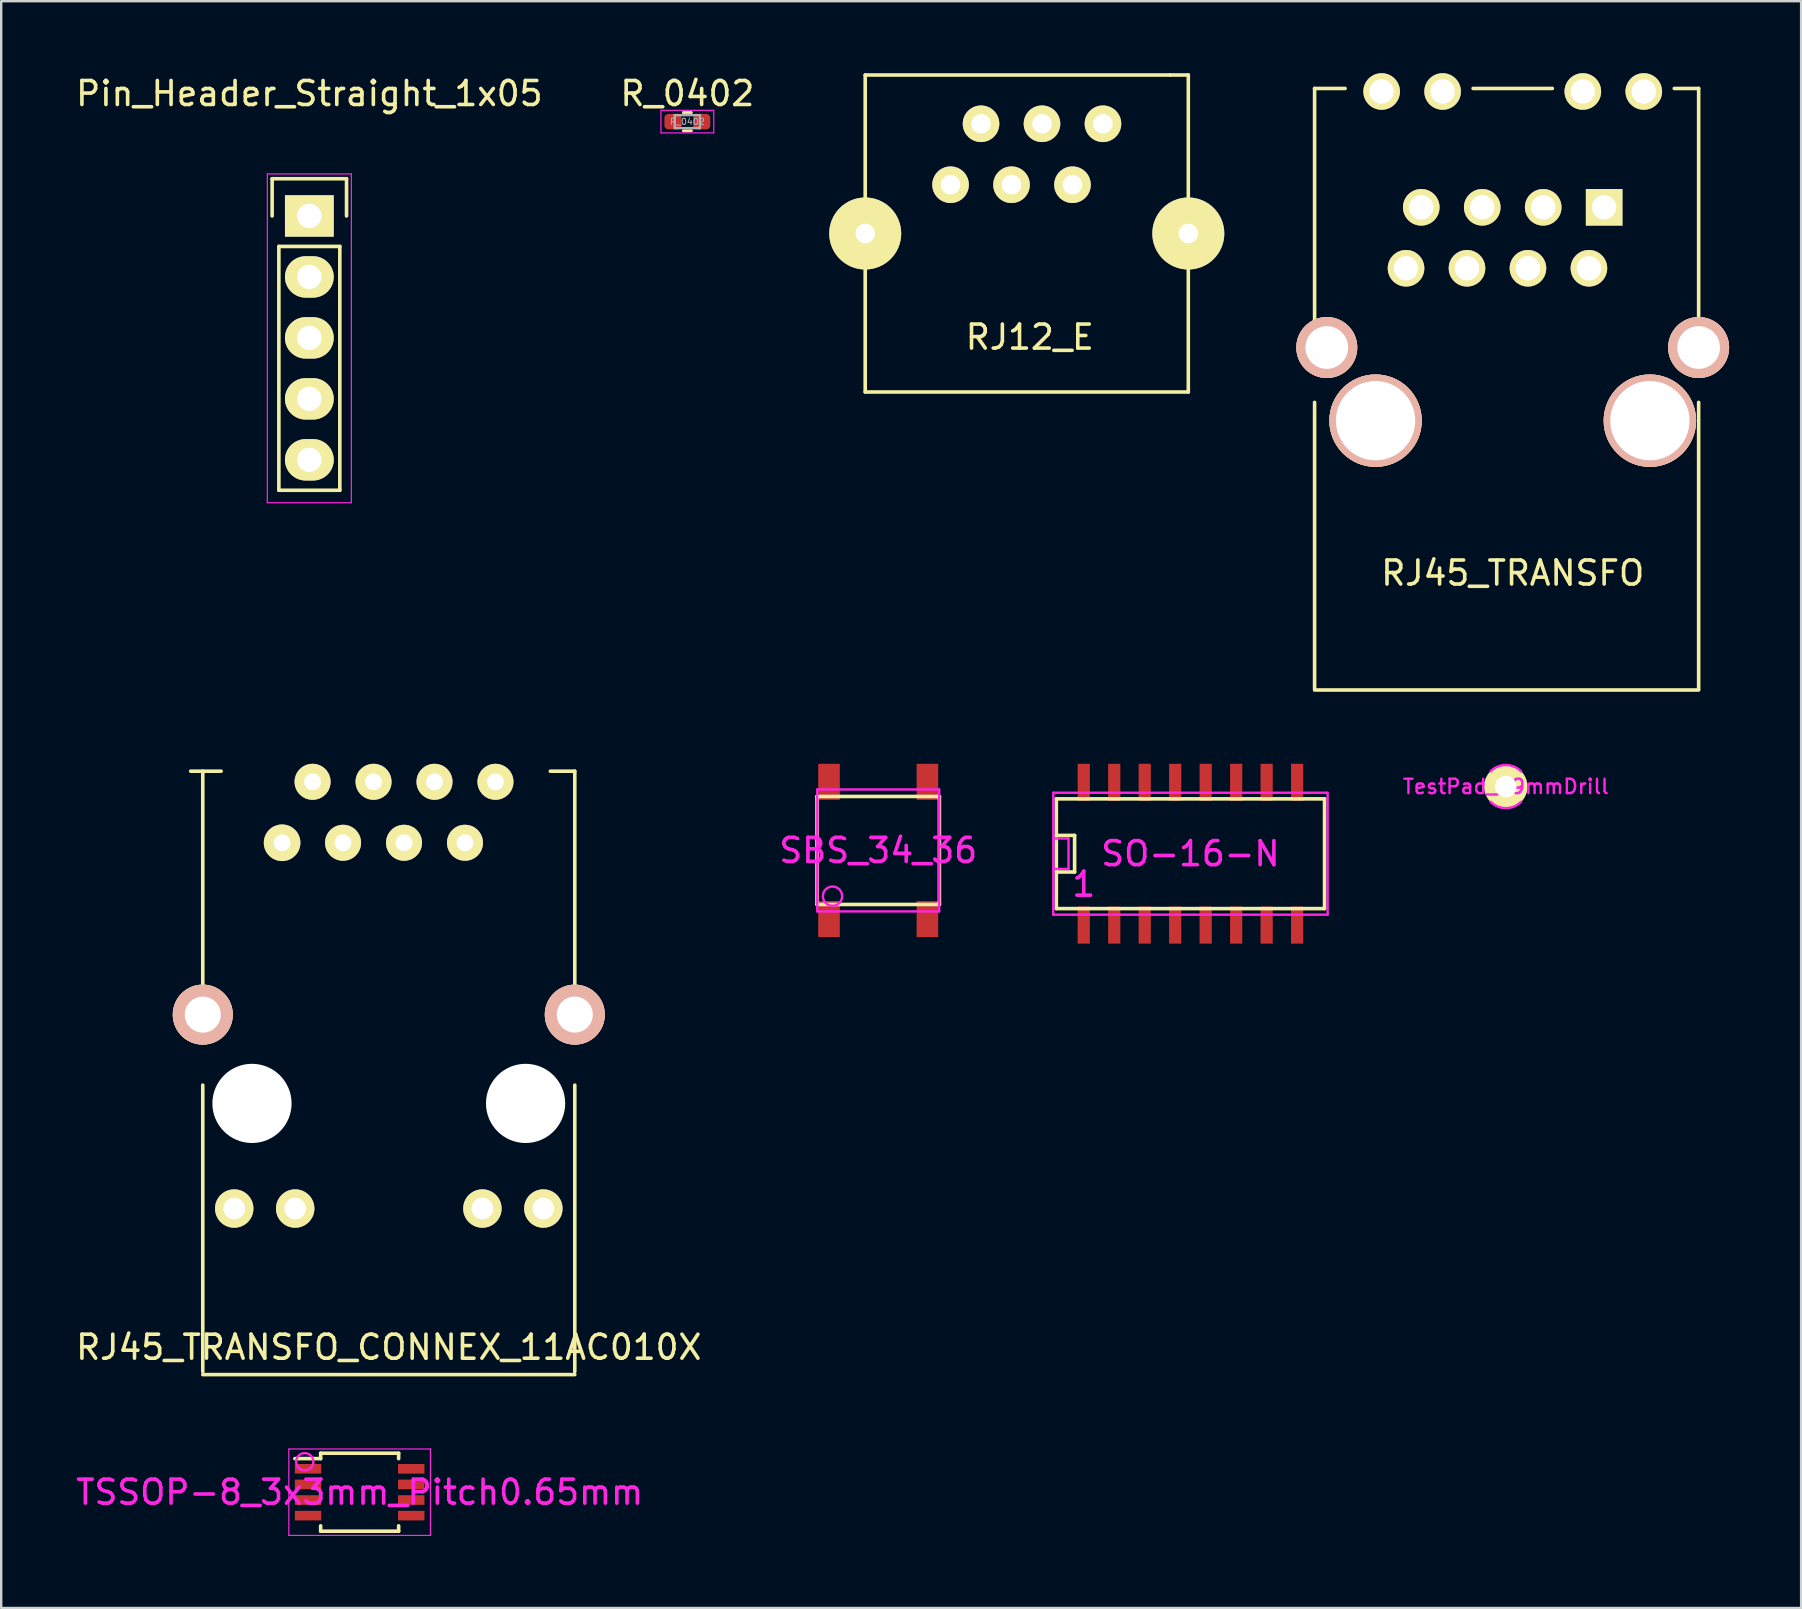
<source format=kicad_pcb>
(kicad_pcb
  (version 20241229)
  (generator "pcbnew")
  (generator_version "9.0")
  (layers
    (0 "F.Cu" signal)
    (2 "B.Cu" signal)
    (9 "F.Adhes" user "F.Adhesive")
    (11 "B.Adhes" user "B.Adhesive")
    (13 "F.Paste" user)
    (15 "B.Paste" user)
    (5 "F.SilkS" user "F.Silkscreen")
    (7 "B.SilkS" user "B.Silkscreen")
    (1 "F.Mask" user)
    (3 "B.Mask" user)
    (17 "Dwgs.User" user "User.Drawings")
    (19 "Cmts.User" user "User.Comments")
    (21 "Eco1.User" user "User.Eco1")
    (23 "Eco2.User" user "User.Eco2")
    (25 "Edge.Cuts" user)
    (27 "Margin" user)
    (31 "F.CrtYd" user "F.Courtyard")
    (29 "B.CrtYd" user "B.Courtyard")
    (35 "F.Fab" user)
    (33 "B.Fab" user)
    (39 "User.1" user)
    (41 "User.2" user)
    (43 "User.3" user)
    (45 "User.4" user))
  (footprint "RJ12_E"
    (layer "F.Cu")
    (at 39.858 10.997)
    (property "Reference" "RJ12_E" (at 0 0 0) (layer "F.SilkS") (effects (font (size 1 1) (thickness 0.15))))
    (attr through_hole)
    (fp_line (start -6.858 -10.922) (end -6.858 2.286) (stroke (width 0.15) (type solid)) (layer "F.SilkS"))
    (fp_line (start -6.858 -10.922) (end 5.842 -10.922) (stroke (width 0.15) (type solid)) (layer "F.SilkS"))
    (fp_line (start -6.858 2.286) (end 6.604 2.286) (stroke (width 0.15) (type solid)) (layer "F.SilkS"))
    (fp_line (start 5.842 -10.922) (end 6.604 -10.922) (stroke (width 0.15) (type solid)) (layer "F.SilkS"))
    (fp_line (start 6.604 -10.922) (end 6.604 2.286) (stroke (width 0.15) (type solid)) (layer "F.SilkS"))
    (pad "1" thru_hole circle (at -3.302 -6.35) (size 1.524 1.524) (drill 0.813) (layers "*.Cu" "*.Mask" "F.SilkS"))
    (pad "2" thru_hole circle (at -2.032 -8.89) (size 1.524 1.524) (drill 0.813) (layers "*.Cu" "*.Mask" "F.SilkS"))
    (pad "3" thru_hole circle (at -0.762 -6.35) (size 1.524 1.524) (drill 0.813) (layers "*.Cu" "*.Mask" "F.SilkS"))
    (pad "4" thru_hole circle (at 0.508 -8.89) (size 1.524 1.524) (drill 0.813) (layers "*.Cu" "*.Mask" "F.SilkS"))
    (pad "5" thru_hole circle (at 1.778 -6.35) (size 1.524 1.524) (drill 0.813) (layers "*.Cu" "*.Mask" "F.SilkS"))
    (pad "6" thru_hole circle (at 3.048 -8.89) (size 1.524 1.524) (drill 0.813) (layers "*.Cu" "*.Mask" "F.SilkS"))
    (pad "7" thru_hole circle (at -6.858 -4.318) (size 3 3) (drill 0.813) (layers "*.Cu" "*.Mask" "F.SilkS"))
    (pad "8" thru_hole circle (at 6.604 -4.318) (size 3 3) (drill 0.813) (layers "*.Cu" "*.Mask" "F.SilkS")))
  (footprint "TSSOP-8_3x3mm_Pitch0.65mm"
    (layer "F.Cu")
    (at 11.935 59.125)
    (property "Reference" "TSSOP-8_3x3mm_Pitch0.65mm" (at 0 0 0) (layer "F.CrtYd") (effects (font (size 1 1) (thickness 0.15))))
    (attr smd)
    (fp_line (start -1.625 -1.625) (end -1.625 -1.4) (stroke (width 0.15) (type solid)) (layer "F.SilkS"))
    (fp_line (start -1.625 -1.625) (end 1.625 -1.625) (stroke (width 0.15) (type solid)) (layer "F.SilkS"))
    (fp_line (start -1.625 -1.4) (end -2.7 -1.4) (stroke (width 0.15) (type solid)) (layer "F.SilkS"))
    (fp_line (start -1.625 1.625) (end -1.625 1.4) (stroke (width 0.15) (type solid)) (layer "F.SilkS"))
    (fp_line (start -1.625 1.625) (end 1.625 1.625) (stroke (width 0.15) (type solid)) (layer "F.SilkS"))
    (fp_line (start 1.625 -1.625) (end 1.625 -1.4) (stroke (width 0.15) (type solid)) (layer "F.SilkS"))
    (fp_line (start 1.625 1.625) (end 1.625 1.4) (stroke (width 0.15) (type solid)) (layer "F.SilkS"))
    (fp_line (start -2.95 -1.8) (end -2.95 1.8) (stroke (width 0.05) (type solid)) (layer "F.CrtYd"))
    (fp_line (start -2.95 -1.8) (end 2.95 -1.8) (stroke (width 0.05) (type solid)) (layer "F.CrtYd"))
    (fp_line (start -2.95 1.8) (end 2.95 1.8) (stroke (width 0.05) (type solid)) (layer "F.CrtYd"))
    (fp_line (start 2.95 -1.8) (end 2.95 1.8) (stroke (width 0.05) (type solid)) (layer "F.CrtYd"))
    (fp_circle (center -2.286 -1.27) (end -2.032 -1.016) (stroke (width 0.1) (type solid)) (fill no) (layer "F.CrtYd"))
    (pad "1" smd rect (at -2.15 -0.975) (size 1.1 0.4) (layers "F.Cu" "F.Mask" "F.Paste"))
    (pad "2" smd rect (at -2.15 -0.325) (size 1.1 0.4) (layers "F.Cu" "F.Mask" "F.Paste"))
    (pad "3" smd rect (at -2.15 0.325) (size 1.1 0.4) (layers "F.Cu" "F.Mask" "F.Paste"))
    (pad "4" smd rect (at -2.15 0.975) (size 1.1 0.4) (layers "F.Cu" "F.Mask" "F.Paste"))
    (pad "5" smd rect (at 2.15 0.975) (size 1.1 0.4) (layers "F.Cu" "F.Mask" "F.Paste"))
    (pad "6" smd rect (at 2.15 0.325) (size 1.1 0.4) (layers "F.Cu" "F.Mask" "F.Paste"))
    (pad "7" smd rect (at 2.15 -0.325) (size 1.1 0.4) (layers "F.Cu" "F.Mask" "F.Paste"))
    (pad "8" smd rect (at 2.15 -0.975) (size 1.1 0.4) (layers "F.Cu" "F.Mask" "F.Paste")))
  (footprint "SBS_34_36"
    (layer "F.Cu")
    (at 33.542 32.385)
    (property "Reference" "SBS_34_36" (at 0 0 0) (layer "F.CrtYd") (effects (font (size 1 1) (thickness 0.15))))
    (attr smd)
    (fp_line (start -2.55 -2.25) (end 2.55 -2.25) (stroke (width 0.15) (type solid)) (layer "F.SilkS"))
    (fp_line (start -2.55 2.25) (end -2.55 -2.25) (stroke (width 0.15) (type solid)) (layer "F.SilkS"))
    (fp_line (start 2.55 -2.25) (end 2.55 2.25) (stroke (width 0.15) (type solid)) (layer "F.SilkS"))
    (fp_line (start 2.55 2.25) (end -2.55 2.25) (stroke (width 0.15) (type solid)) (layer "F.SilkS"))
    (fp_line (start -2.54 -2.54) (end 2.54 -2.54) (stroke (width 0.1) (type solid)) (layer "F.CrtYd"))
    (fp_line (start -2.54 2.54) (end -2.54 -2.54) (stroke (width 0.1) (type solid)) (layer "F.CrtYd"))
    (fp_line (start 2.54 -2.54) (end 2.54 2.54) (stroke (width 0.1) (type solid)) (layer "F.CrtYd"))
    (fp_line (start 2.54 2.54) (end -2.54 2.54) (stroke (width 0.1) (type solid)) (layer "F.CrtYd"))
    (fp_circle (center -1.905 1.905) (end -2.032 2.286) (stroke (width 0.1) (type solid)) (fill no) (layer "F.CrtYd"))
    (pad "1" smd rect (at -2.05 2.86) (size 0.9 1.5) (layers "F.Cu" "F.Mask" "F.Paste"))
    (pad "2" smd rect (at 2.05 2.86) (size 0.9 1.5) (layers "F.Cu" "F.Mask" "F.Paste"))
    (pad "3" smd rect (at 2.05 -2.86) (size 0.9 1.5) (layers "F.Cu" "F.Mask" "F.Paste"))
    (pad "4" smd rect (at -2.05 -2.86) (size 0.9 1.5) (layers "F.Cu" "F.Mask" "F.Paste")))
  (footprint "SO-16-N"
    (layer "F.Cu")
    (at 46.551 32.521)
    (property "Reference" "SO-16-N" (at 0 0 0) (layer "F.CrtYd") (effects (font (size 1 1) (thickness 0.15))))
    (attr smd)
    (fp_line (start -5.588 -2.286) (end 5.588 -2.286) (stroke (width 0.15) (type solid)) (layer "F.SilkS"))
    (fp_line (start -5.588 -0.762) (end -4.826 -0.762) (stroke (width 0.15) (type solid)) (layer "F.SilkS"))
    (fp_line (start -5.588 2.286) (end -5.588 -2.286) (stroke (width 0.15) (type solid)) (layer "F.SilkS"))
    (fp_line (start -4.826 -0.762) (end -4.826 0.762) (stroke (width 0.15) (type solid)) (layer "F.SilkS"))
    (fp_line (start -4.826 0.762) (end -5.588 0.762) (stroke (width 0.15) (type solid)) (layer "F.SilkS"))
    (fp_line (start 5.588 -2.286) (end 5.588 2.286) (stroke (width 0.15) (type solid)) (layer "F.SilkS"))
    (fp_line (start 5.588 2.286) (end -5.588 2.286) (stroke (width 0.15) (type solid)) (layer "F.SilkS"))
    (fp_line (start -5.715 -2.54) (end 5.715 -2.54) (stroke (width 0.1) (type solid)) (layer "F.CrtYd"))
    (fp_line (start -5.715 -0.635) (end -5.08 -0.635) (stroke (width 0.1) (type solid)) (layer "F.CrtYd"))
    (fp_line (start -5.715 2.54) (end -5.715 -2.54) (stroke (width 0.1) (type solid)) (layer "F.CrtYd"))
    (fp_line (start -5.08 -0.635) (end -5.08 0.635) (stroke (width 0.1) (type solid)) (layer "F.CrtYd"))
    (fp_line (start -5.08 0.635) (end -5.715 0.635) (stroke (width 0.1) (type solid)) (layer "F.CrtYd"))
    (fp_line (start 5.715 -2.54) (end 5.715 2.54) (stroke (width 0.1) (type solid)) (layer "F.CrtYd"))
    (fp_line (start 5.715 2.54) (end -5.715 2.54) (stroke (width 0.1) (type solid)) (layer "F.CrtYd"))
    (fp_text user "1" (at -4.445 1.27 0) (layer "F.CrtYd") (effects (font (size 1 1) (thickness 0.15))))
    (pad "1" smd rect (at -4.445 2.975) (size 0.508 1.543) (layers "F.Cu" "F.Mask" "F.Paste"))
    (pad "2" smd rect (at -3.175 2.975) (size 0.508 1.543) (layers "F.Cu" "F.Mask" "F.Paste"))
    (pad "3" smd rect (at -1.905 2.975) (size 0.508 1.543) (layers "F.Cu" "F.Mask" "F.Paste"))
    (pad "4" smd rect (at -0.635 2.975) (size 0.508 1.543) (layers "F.Cu" "F.Mask" "F.Paste"))
    (pad "5" smd rect (at 0.635 2.975) (size 0.508 1.543) (layers "F.Cu" "F.Mask" "F.Paste"))
    (pad "6" smd rect (at 1.905 2.975) (size 0.508 1.543) (layers "F.Cu" "F.Mask" "F.Paste"))
    (pad "7" smd rect (at 3.175 2.975) (size 0.508 1.543) (layers "F.Cu" "F.Mask" "F.Paste"))
    (pad "8" smd rect (at 4.445 2.975) (size 0.508 1.543) (layers "F.Cu" "F.Mask" "F.Paste"))
    (pad "9" smd rect (at 4.445 -2.975) (size 0.508 1.543) (layers "F.Cu" "F.Mask" "F.Paste"))
    (pad "10" smd rect (at 3.175 -2.975) (size 0.508 1.543) (layers "F.Cu" "F.Mask" "F.Paste"))
    (pad "11" smd rect (at 1.905 -2.975) (size 0.508 1.543) (layers "F.Cu" "F.Mask" "F.Paste"))
    (pad "12" smd rect (at 0.635 -2.975) (size 0.508 1.543) (layers "F.Cu" "F.Mask" "F.Paste"))
    (pad "13" smd rect (at -0.635 -2.975) (size 0.508 1.543) (layers "F.Cu" "F.Mask" "F.Paste"))
    (pad "14" smd rect (at -1.905 -2.975) (size 0.508 1.543) (layers "F.Cu" "F.Mask" "F.Paste"))
    (pad "15" smd rect (at -3.175 -2.975) (size 0.508 1.543) (layers "F.Cu" "F.Mask" "F.Paste"))
    (pad "16" smd rect (at -4.445 -2.975) (size 0.508 1.543) (layers "F.Cu" "F.Mask" "F.Paste")))
  (footprint "TestPad_09mmDrill"
    (layer "F.Cu")
    (at 59.691 29.723)
    (property "Reference" "TestPad_09mmDrill" (at 0 0 0) (layer "F.CrtYd") (effects (font (size 0.6 0.6) (thickness 0.1))))
    (attr through_hole)
    (fp_arc (start -0.635 -0.635) (mid 0 -0.898026) (end 0.635 -0.635) (stroke (width 0.1) (type solid)) (layer "F.CrtYd"))
    (fp_arc (start 0.635 0.635) (mid 0 0.898026) (end -0.635 0.635) (stroke (width 0.1) (type solid)) (layer "F.CrtYd"))
    (pad "1" thru_hole circle (at 0 0) (size 1.8 1.8) (drill 0.9) (layers "*.Cu" "*.Mask" "F.SilkS")))
  (footprint "RJ45_TRANSFO_CONNEX_11AC010X"
    (layer "F.Cu")
    (at 13.149 42.925)
    (property "Reference" "RJ45_TRANSFO_CONNEX_11AC010X" (at 0 10.16 0) (layer "F.SilkS") (effects (font (size 1 1) (thickness 0.15))))
    (attr through_hole)
    (fp_line (start -8.255 -13.843) (end -6.985 -13.843) (stroke (width 0.15) (type solid)) (layer "F.SilkS"))
    (fp_line (start -7.75 -3.937) (end -7.75 -13.843) (stroke (width 0.15) (type solid)) (layer "F.SilkS"))
    (fp_line (start -7.75 11.176) (end -7.75 -0.762) (stroke (width 0.15) (type solid)) (layer "F.SilkS"))
    (fp_line (start -7.75 11.3) (end 7.75 11.3) (stroke (width 0.15) (type solid)) (layer "F.SilkS"))
    (fp_line (start 7.747 -13.843) (end 6.731 -13.843) (stroke (width 0.15) (type solid)) (layer "F.SilkS"))
    (fp_line (start 7.75 -3.937) (end 7.75 -13.843) (stroke (width 0.15) (type solid)) (layer "F.SilkS"))
    (fp_line (start 7.75 11.176) (end 7.75 -0.762) (stroke (width 0.15) (type solid)) (layer "F.SilkS"))
    (pad "" np_thru_hole circle (at -5.7 0) (size 3.3 3.3) (drill 3.3) (layers "*.Cu" "*.Mask"))
    (pad "" np_thru_hole circle (at 5.7 0) (size 3.3 3.3) (drill 3.3) (layers "*.Cu" "*.Mask"))
    (pad "1" thru_hole circle (at 4.445 -13.4) (size 1.5 1.5) (drill 0.7) (layers "*.Cu" "*.Mask" "F.SilkS"))
    (pad "2" thru_hole circle (at 3.175 -10.86) (size 1.5 1.5) (drill 0.7) (layers "*.Cu" "*.Mask" "F.SilkS"))
    (pad "3" thru_hole circle (at 1.905 -13.4) (size 1.5 1.5) (drill 0.7) (layers "*.Cu" "*.Mask" "F.SilkS"))
    (pad "4" thru_hole circle (at 0.635 -10.86) (size 1.5 1.5) (drill 0.7) (layers "*.Cu" "*.Mask" "F.SilkS"))
    (pad "5" thru_hole circle (at -0.635 -13.4) (size 1.5 1.5) (drill 0.7) (layers "*.Cu" "*.Mask" "F.SilkS"))
    (pad "6" thru_hole circle (at -1.905 -10.86) (size 1.5 1.5) (drill 0.7) (layers "*.Cu" "*.Mask" "F.SilkS"))
    (pad "7" thru_hole circle (at -3.175 -13.4) (size 1.5 1.5) (drill 0.7) (layers "*.Cu" "*.Mask" "F.SilkS"))
    (pad "8" thru_hole circle (at -4.445 -10.86) (size 1.524 1.524) (drill 0.7) (layers "*.Cu" "*.Mask" "F.SilkS"))
    (pad "13" thru_hole circle (at -7.75 -3.7) (size 2.5 2.5) (drill 1.5) (layers "*.Cu" "*.SilkS" "*.Mask"))
    (pad "13" thru_hole circle (at 7.75 -3.7) (size 2.5 2.5) (drill 1.5) (layers "*.Cu" "*.SilkS" "*.Mask"))
    (pad "GA" thru_hole circle (at -3.9 4.38) (size 1.6 1.6) (drill 0.9) (layers "*.Cu" "*.Mask" "F.SilkS"))
    (pad "GK" thru_hole circle (at -6.44 4.38) (size 1.6 1.6) (drill 0.9) (layers "*.Cu" "*.Mask" "F.SilkS"))
    (pad "YA" thru_hole circle (at 3.9 4.38) (size 1.6 1.6) (drill 0.9) (layers "*.Cu" "*.Mask" "F.SilkS"))
    (pad "YK" thru_hole circle (at 6.44 4.38) (size 1.6 1.6) (drill 0.9) (layers "*.Cu" "*.Mask" "F.SilkS")))
  (footprint "RJ45_TRANSFO"
    (layer "F.Cu")
    (at 63.789 5.588)
    (property "Reference" "RJ45_TRANSFO" (at -3.81 15.24 0) (layer "F.SilkS") (effects (font (size 1 1) (thickness 0.15))))
    (attr through_hole)
    (fp_line (start -12.065 -4.953) (end -10.795 -4.953) (stroke (width 0.15) (type solid)) (layer "F.SilkS"))
    (fp_line (start -12.065 4.953) (end -12.065 -4.953) (stroke (width 0.15) (type solid)) (layer "F.SilkS"))
    (fp_line (start -12.065 20.066) (end -12.065 8.128) (stroke (width 0.15) (type solid)) (layer "F.SilkS"))
    (fp_line (start -12.065 20.112) (end 3.937 20.112) (stroke (width 0.15) (type solid)) (layer "F.SilkS"))
    (fp_line (start -5.461 -4.953) (end -2.159 -4.953) (stroke (width 0.15) (type solid)) (layer "F.SilkS"))
    (fp_line (start 3.937 -4.953) (end 2.921 -4.953) (stroke (width 0.15) (type solid)) (layer "F.SilkS"))
    (fp_line (start 3.937 4.953) (end 3.937 -4.953) (stroke (width 0.15) (type solid)) (layer "F.SilkS"))
    (fp_line (start 3.937 20.066) (end 3.937 8.128) (stroke (width 0.15) (type solid)) (layer "F.SilkS"))
    (pad "1" thru_hole rect (at 0 0) (size 1.524 1.524) (drill 1.016) (layers "*.Cu" "*.Mask" "F.SilkS"))
    (pad "2" thru_hole circle (at -0.635 2.54) (size 1.524 1.524) (drill 1.016) (layers "*.Cu" "*.Mask" "F.SilkS"))
    (pad "3" thru_hole circle (at -2.54 0) (size 1.524 1.524) (drill 1.016) (layers "*.Cu" "*.Mask" "F.SilkS"))
    (pad "4" thru_hole circle (at -3.175 2.54) (size 1.524 1.524) (drill 1.016) (layers "*.Cu" "*.Mask" "F.SilkS"))
    (pad "5" thru_hole circle (at -5.08 0) (size 1.524 1.524) (drill 1.016) (layers "*.Cu" "*.Mask" "F.SilkS"))
    (pad "6" thru_hole circle (at -5.715 2.54) (size 1.524 1.524) (drill 1.016) (layers "*.Cu" "*.Mask" "F.SilkS"))
    (pad "7" thru_hole circle (at -7.62 0) (size 1.524 1.524) (drill 1.016) (layers "*.Cu" "*.Mask" "F.SilkS"))
    (pad "8" thru_hole circle (at -8.255 2.54) (size 1.524 1.524) (drill 1.016) (layers "*.Cu" "*.Mask" "F.SilkS"))
    (pad "13" thru_hole circle (at -11.557 5.842) (size 2.54 2.54) (drill 1.778) (layers "*.Cu" "*.SilkS" "*.Mask"))
    (pad "13" thru_hole circle (at 3.937 5.842) (size 2.54 2.54) (drill 1.778) (layers "*.Cu" "*.SilkS" "*.Mask"))
    (pad "GA" thru_hole circle (at -0.889 -4.826) (size 1.524 1.524) (drill 1.016) (layers "*.Cu" "*.Mask" "F.SilkS"))
    (pad "GK" thru_hole circle (at 1.651 -4.826) (size 1.524 1.524) (drill 1.016) (layers "*.Cu" "*.Mask" "F.SilkS"))
    (pad "Hole" thru_hole circle (at -9.525 8.89) (size 3.851 3.851) (drill 3.302) (layers "*.Cu" "*.SilkS" "*.Mask"))
    (pad "Hole" thru_hole circle (at 1.905 8.89) (size 3.851 3.851) (drill 3.302) (layers "*.Cu" "*.SilkS" "*.Mask"))
    (pad "YA" thru_hole circle (at -9.271 -4.826) (size 1.524 1.524) (drill 1.016) (layers "*.Cu" "*.Mask" "F.SilkS"))
    (pad "YK" thru_hole circle (at -6.731 -4.826) (size 1.524 1.524) (drill 1.016) (layers "*.Cu" "*.Mask" "F.SilkS")))
  (footprint "Pin_Header_Straight_1x05"
    (layer "F.Cu")
    (at 9.839 5.948)
    (property "Reference" "Pin_Header_Straight_1x05" (at 0 -5.1 0) (layer "F.SilkS") (effects (font (size 1 1) (thickness 0.15))))
    (attr through_hole)
    (fp_line (start -1.55 -1.55) (end 1.55 -1.55) (stroke (width 0.15) (type solid)) (layer "F.SilkS"))
    (fp_line (start -1.55 0) (end -1.55 -1.55) (stroke (width 0.15) (type solid)) (layer "F.SilkS"))
    (fp_line (start -1.27 11.43) (end -1.27 1.27) (stroke (width 0.15) (type solid)) (layer "F.SilkS"))
    (fp_line (start 1.27 1.27) (end -1.27 1.27) (stroke (width 0.15) (type solid)) (layer "F.SilkS"))
    (fp_line (start 1.27 1.27) (end 1.27 11.43) (stroke (width 0.15) (type solid)) (layer "F.SilkS"))
    (fp_line (start 1.27 11.43) (end -1.27 11.43) (stroke (width 0.15) (type solid)) (layer "F.SilkS"))
    (fp_line (start 1.55 -1.55) (end 1.55 0) (stroke (width 0.15) (type solid)) (layer "F.SilkS"))
    (fp_line (start -1.75 -1.75) (end -1.75 11.95) (stroke (width 0.05) (type solid)) (layer "F.CrtYd"))
    (fp_line (start -1.75 -1.75) (end 1.75 -1.75) (stroke (width 0.05) (type solid)) (layer "F.CrtYd"))
    (fp_line (start -1.75 11.95) (end 1.75 11.95) (stroke (width 0.05) (type solid)) (layer "F.CrtYd"))
    (fp_line (start 1.75 -1.75) (end 1.75 11.95) (stroke (width 0.05) (type solid)) (layer "F.CrtYd"))
    (pad "1" thru_hole rect (at 0 0) (size 2.032 1.727) (drill 1.016) (layers "*.Cu" "*.Mask" "F.SilkS"))
    (pad "2" thru_hole oval (at 0 2.54) (size 2.032 1.727) (drill 1.016) (layers "*.Cu" "*.Mask" "F.SilkS"))
    (pad "3" thru_hole oval (at 0 5.08) (size 2.032 1.727) (drill 1.016) (layers "*.Cu" "*.Mask" "F.SilkS"))
    (pad "4" thru_hole oval (at 0 7.62) (size 2.032 1.727) (drill 1.016) (layers "*.Cu" "*.Mask" "F.SilkS"))
    (pad "5" thru_hole oval (at 0 10.16) (size 2.032 1.727) (drill 1.016) (layers "*.Cu" "*.Mask" "F.SilkS")))
  (footprint "R_0402"
    (layer "F.Cu")
    (at 25.589 2.018)
    (property "Reference" "R_0402" (at 0 -1.17 0) (layer "F.SilkS") (effects (font (size 1 1) (thickness 0.15))))
    (attr smd)
    (fp_line (start -0.168 -0.38) (end 0.168 -0.38) (stroke (width 0.12) (type solid)) (layer "F.SilkS"))
    (fp_line (start -0.168 0.38) (end 0.168 0.38) (stroke (width 0.12) (type solid)) (layer "F.SilkS"))
    (fp_line (start -1.1 -0.47) (end 1.1 -0.47) (stroke (width 0.05) (type solid)) (layer "F.CrtYd"))
    (fp_line (start -1.1 0.47) (end -1.1 -0.47) (stroke (width 0.05) (type solid)) (layer "F.CrtYd"))
    (fp_line (start 1.1 -0.47) (end 1.1 0.47) (stroke (width 0.05) (type solid)) (layer "F.CrtYd"))
    (fp_line (start 1.1 0.47) (end -1.1 0.47) (stroke (width 0.05) (type solid)) (layer "F.CrtYd"))
    (fp_line (start -0.525 -0.27) (end 0.525 -0.27) (stroke (width 0.1) (type solid)) (layer "F.Fab"))
    (fp_line (start -0.525 0.27) (end -0.525 -0.27) (stroke (width 0.1) (type solid)) (layer "F.Fab"))
    (fp_line (start 0.525 -0.27) (end 0.525 0.27) (stroke (width 0.1) (type solid)) (layer "F.Fab"))
    (fp_line (start 0.525 0.27) (end -0.525 0.27) (stroke (width 0.1) (type solid)) (layer "F.Fab"))
    (fp_text user "${REFERENCE}" (at 0 0 0) (layer "F.Fab") (effects (font (size 0.26 0.26) (thickness 0.04))))
    (pad "1" smd roundrect (at -0.598 0) (size 0.715 0.64) (layers "F.Cu" "F.Mask" "F.Paste") (roundrect_rratio 0.25))
    (pad "2" smd roundrect (at 0.598 0) (size 0.715 0.64) (layers "F.Cu" "F.Mask" "F.Paste") (roundrect_rratio 0.25)))
  (gr_rect
    (start -3 -3)
    (end 71.996 63.95)
    (stroke (width 0.1) (type default))
    (fill no)
    (layer "Edge.Cuts")))
</source>
